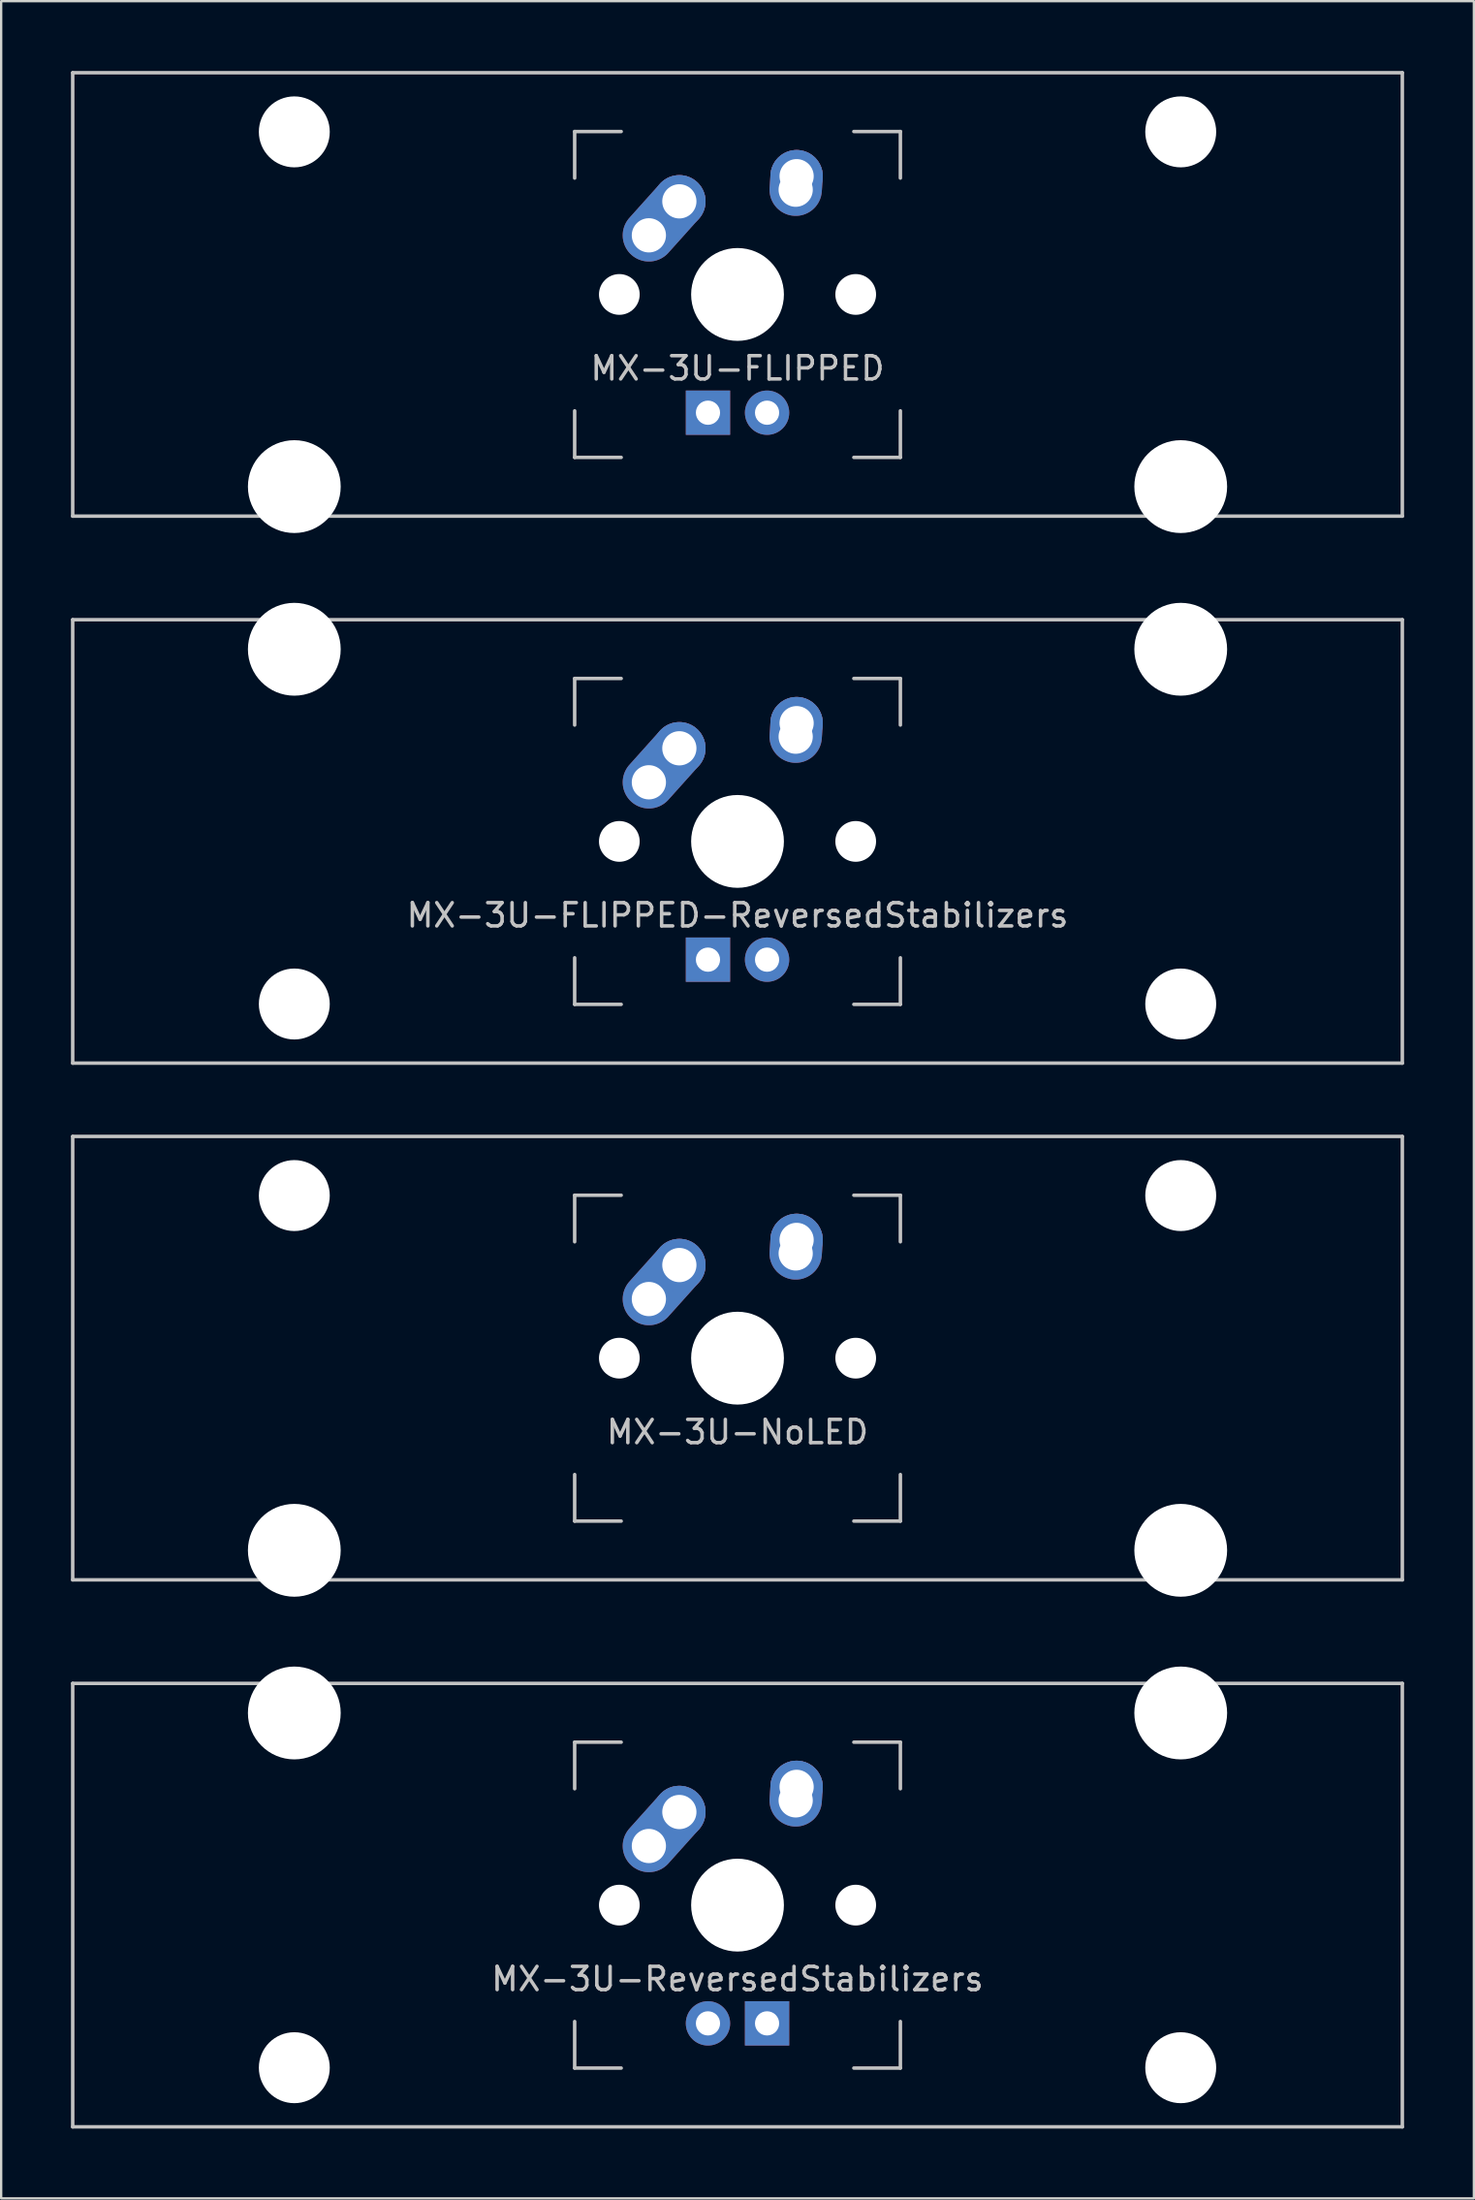
<source format=kicad_pcb>
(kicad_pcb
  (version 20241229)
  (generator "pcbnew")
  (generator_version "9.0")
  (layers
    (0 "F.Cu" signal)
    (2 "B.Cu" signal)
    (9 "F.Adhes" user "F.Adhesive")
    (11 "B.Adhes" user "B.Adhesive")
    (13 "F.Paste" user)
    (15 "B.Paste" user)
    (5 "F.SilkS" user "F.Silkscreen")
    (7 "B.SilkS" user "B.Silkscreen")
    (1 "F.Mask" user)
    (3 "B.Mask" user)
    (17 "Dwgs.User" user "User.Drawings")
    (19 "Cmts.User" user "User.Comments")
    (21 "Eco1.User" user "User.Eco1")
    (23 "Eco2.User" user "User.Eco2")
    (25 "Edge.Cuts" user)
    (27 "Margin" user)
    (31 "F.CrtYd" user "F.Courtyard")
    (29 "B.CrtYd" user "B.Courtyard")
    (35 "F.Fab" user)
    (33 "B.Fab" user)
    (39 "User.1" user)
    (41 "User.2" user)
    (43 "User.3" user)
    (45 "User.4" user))
  (footprint "MX-3U-FLIPPED-ReversedStabilizers"
    (layer "F.Cu")
    (at 28.65 33.098)
    (property "Reference" "MX-3U-FLIPPED-ReversedStabilizers" (at 0 3.175 0) (layer "Dwgs.User") (effects (font (size 1 1) (thickness 0.15))))
    (attr through_hole)
    (fp_line (start -28.575 -9.525) (end 28.575 -9.525) (stroke (width 0.15) (type solid)) (layer "Dwgs.User"))
    (fp_line (start -28.575 9.525) (end -28.575 -9.525) (stroke (width 0.15) (type solid)) (layer "Dwgs.User"))
    (fp_line (start -28.575 9.525) (end 28.575 9.525) (stroke (width 0.15) (type solid)) (layer "Dwgs.User"))
    (fp_line (start -7 -7) (end -7 -5) (stroke (width 0.15) (type solid)) (layer "Dwgs.User"))
    (fp_line (start -7 5) (end -7 7) (stroke (width 0.15) (type solid)) (layer "Dwgs.User"))
    (fp_line (start -7 7) (end -5 7) (stroke (width 0.15) (type solid)) (layer "Dwgs.User"))
    (fp_line (start -5 -7) (end -7 -7) (stroke (width 0.15) (type solid)) (layer "Dwgs.User"))
    (fp_line (start 5 -7) (end 7 -7) (stroke (width 0.15) (type solid)) (layer "Dwgs.User"))
    (fp_line (start 5 7) (end 7 7) (stroke (width 0.15) (type solid)) (layer "Dwgs.User"))
    (fp_line (start 7 -7) (end 7 -5) (stroke (width 0.15) (type solid)) (layer "Dwgs.User"))
    (fp_line (start 7 7) (end 7 5) (stroke (width 0.15) (type solid)) (layer "Dwgs.User"))
    (fp_line (start 28.575 -9.525) (end 28.575 9.525) (stroke (width 0.15) (type solid)) (layer "Dwgs.User"))
    (pad "" np_thru_hole circle (at -19.05 -8.255) (size 3.988 3.988) (drill 3.988) (layers "*.Cu" "*.Mask"))
    (pad "" np_thru_hole circle (at -19.05 6.985) (size 3.048 3.048) (drill 3.048) (layers "*.Cu" "*.Mask"))
    (pad "" np_thru_hole circle (at -5.08 0 48.1) (size 1.75 1.75) (drill 1.75) (layers "*.Cu" "*.Mask"))
    (pad "" np_thru_hole circle (at 0 0) (size 3.988 3.988) (drill 3.988) (layers "*.Cu" "*.Mask"))
    (pad "" np_thru_hole circle (at 5.08 0 48.1) (size 1.75 1.75) (drill 1.75) (layers "*.Cu" "*.Mask"))
    (pad "" np_thru_hole circle (at 19.05 -8.255) (size 3.988 3.988) (drill 3.988) (layers "*.Cu" "*.Mask"))
    (pad "" np_thru_hole circle (at 19.05 6.985) (size 3.048 3.048) (drill 3.048) (layers "*.Cu" "*.Mask"))
    (pad "1" thru_hole oval (at -3.81 -2.54 48.1) (size 4.212 2.25) (drill 1.47 (offset 0.981 0)) (layers "*.Cu" "B.Mask"))
    (pad "1" thru_hole circle (at -2.5 -4) (size 2.25 2.25) (drill 1.47) (layers "*.Cu" "B.Mask"))
    (pad "2" thru_hole oval (at 2.5 -4.5 86.055) (size 2.831 2.25) (drill 1.47 (offset 0.291 0)) (layers "*.Cu" "B.Mask"))
    (pad "2" thru_hole circle (at 2.54 -5.08) (size 2.25 2.25) (drill 1.47) (layers "*.Cu" "B.Mask"))
    (pad "3" thru_hole circle (at 1.27 5.08) (size 1.905 1.905) (drill 1.04) (layers "*.Cu" "B.Mask"))
    (pad "4" thru_hole rect (at -1.27 5.08) (size 1.905 1.905) (drill 1.04) (layers "*.Cu" "B.Mask")))
  (footprint "MX-3U-NoLED"
    (layer "F.Cu")
    (at 28.65 55.298)
    (property "Reference" "MX-3U-NoLED" (at 0 3.175 0) (layer "Dwgs.User") (effects (font (size 1 1) (thickness 0.15))))
    (attr through_hole)
    (fp_line (start -28.575 -9.525) (end 28.575 -9.525) (stroke (width 0.15) (type solid)) (layer "Dwgs.User"))
    (fp_line (start -28.575 9.525) (end -28.575 -9.525) (stroke (width 0.15) (type solid)) (layer "Dwgs.User"))
    (fp_line (start -28.575 9.525) (end 28.575 9.525) (stroke (width 0.15) (type solid)) (layer "Dwgs.User"))
    (fp_line (start -7 -7) (end -7 -5) (stroke (width 0.15) (type solid)) (layer "Dwgs.User"))
    (fp_line (start -7 5) (end -7 7) (stroke (width 0.15) (type solid)) (layer "Dwgs.User"))
    (fp_line (start -7 7) (end -5 7) (stroke (width 0.15) (type solid)) (layer "Dwgs.User"))
    (fp_line (start -5 -7) (end -7 -7) (stroke (width 0.15) (type solid)) (layer "Dwgs.User"))
    (fp_line (start 5 -7) (end 7 -7) (stroke (width 0.15) (type solid)) (layer "Dwgs.User"))
    (fp_line (start 5 7) (end 7 7) (stroke (width 0.15) (type solid)) (layer "Dwgs.User"))
    (fp_line (start 7 -7) (end 7 -5) (stroke (width 0.15) (type solid)) (layer "Dwgs.User"))
    (fp_line (start 7 7) (end 7 5) (stroke (width 0.15) (type solid)) (layer "Dwgs.User"))
    (fp_line (start 28.575 -9.525) (end 28.575 9.525) (stroke (width 0.15) (type solid)) (layer "Dwgs.User"))
    (pad "" np_thru_hole circle (at -19.05 -6.985) (size 3.048 3.048) (drill 3.048) (layers "*.Cu" "*.Mask"))
    (pad "" np_thru_hole circle (at -19.05 8.255) (size 3.988 3.988) (drill 3.988) (layers "*.Cu" "*.Mask"))
    (pad "" np_thru_hole circle (at -5.08 0 48.1) (size 1.75 1.75) (drill 1.75) (layers "*.Cu" "*.Mask"))
    (pad "" np_thru_hole circle (at 0 0) (size 3.988 3.988) (drill 3.988) (layers "*.Cu" "*.Mask"))
    (pad "" np_thru_hole circle (at 5.08 0 48.1) (size 1.75 1.75) (drill 1.75) (layers "*.Cu" "*.Mask"))
    (pad "" np_thru_hole circle (at 19.05 -6.985) (size 3.048 3.048) (drill 3.048) (layers "*.Cu" "*.Mask"))
    (pad "" np_thru_hole circle (at 19.05 8.255) (size 3.988 3.988) (drill 3.988) (layers "*.Cu" "*.Mask"))
    (pad "1" thru_hole oval (at -3.81 -2.54 48.1) (size 4.212 2.25) (drill 1.47 (offset 0.981 0)) (layers "*.Cu" "B.Mask"))
    (pad "1" thru_hole circle (at -2.5 -4) (size 2.25 2.25) (drill 1.47) (layers "*.Cu" "B.Mask"))
    (pad "2" thru_hole oval (at 2.5 -4.5 86.055) (size 2.831 2.25) (drill 1.47 (offset 0.291 0)) (layers "*.Cu" "B.Mask"))
    (pad "2" thru_hole circle (at 2.54 -5.08) (size 2.25 2.25) (drill 1.47) (layers "*.Cu" "B.Mask")))
  (footprint "MX-3U-FLIPPED"
    (layer "F.Cu")
    (at 28.65 9.6)
    (property "Reference" "MX-3U-FLIPPED" (at 0 3.175 0) (layer "Dwgs.User") (effects (font (size 1 1) (thickness 0.15))))
    (attr through_hole)
    (fp_line (start -28.575 -9.525) (end 28.575 -9.525) (stroke (width 0.15) (type solid)) (layer "Dwgs.User"))
    (fp_line (start -28.575 9.525) (end -28.575 -9.525) (stroke (width 0.15) (type solid)) (layer "Dwgs.User"))
    (fp_line (start -28.575 9.525) (end 28.575 9.525) (stroke (width 0.15) (type solid)) (layer "Dwgs.User"))
    (fp_line (start -7 -7) (end -7 -5) (stroke (width 0.15) (type solid)) (layer "Dwgs.User"))
    (fp_line (start -7 5) (end -7 7) (stroke (width 0.15) (type solid)) (layer "Dwgs.User"))
    (fp_line (start -7 7) (end -5 7) (stroke (width 0.15) (type solid)) (layer "Dwgs.User"))
    (fp_line (start -5 -7) (end -7 -7) (stroke (width 0.15) (type solid)) (layer "Dwgs.User"))
    (fp_line (start 5 -7) (end 7 -7) (stroke (width 0.15) (type solid)) (layer "Dwgs.User"))
    (fp_line (start 5 7) (end 7 7) (stroke (width 0.15) (type solid)) (layer "Dwgs.User"))
    (fp_line (start 7 -7) (end 7 -5) (stroke (width 0.15) (type solid)) (layer "Dwgs.User"))
    (fp_line (start 7 7) (end 7 5) (stroke (width 0.15) (type solid)) (layer "Dwgs.User"))
    (fp_line (start 28.575 -9.525) (end 28.575 9.525) (stroke (width 0.15) (type solid)) (layer "Dwgs.User"))
    (pad "" np_thru_hole circle (at -19.05 -6.985) (size 3.048 3.048) (drill 3.048) (layers "*.Cu" "*.Mask"))
    (pad "" np_thru_hole circle (at -19.05 8.255) (size 3.988 3.988) (drill 3.988) (layers "*.Cu" "*.Mask"))
    (pad "" np_thru_hole circle (at -5.08 0 48.1) (size 1.75 1.75) (drill 1.75) (layers "*.Cu" "*.Mask"))
    (pad "" np_thru_hole circle (at 0 0) (size 3.988 3.988) (drill 3.988) (layers "*.Cu" "*.Mask"))
    (pad "" np_thru_hole circle (at 5.08 0 48.1) (size 1.75 1.75) (drill 1.75) (layers "*.Cu" "*.Mask"))
    (pad "" np_thru_hole circle (at 19.05 -6.985) (size 3.048 3.048) (drill 3.048) (layers "*.Cu" "*.Mask"))
    (pad "" np_thru_hole circle (at 19.05 8.255) (size 3.988 3.988) (drill 3.988) (layers "*.Cu" "*.Mask"))
    (pad "1" thru_hole oval (at -3.81 -2.54 48.1) (size 4.212 2.25) (drill 1.47 (offset 0.981 0)) (layers "*.Cu" "B.Mask"))
    (pad "1" thru_hole circle (at -2.5 -4) (size 2.25 2.25) (drill 1.47) (layers "*.Cu" "B.Mask"))
    (pad "2" thru_hole oval (at 2.5 -4.5 86.055) (size 2.831 2.25) (drill 1.47 (offset 0.291 0)) (layers "*.Cu" "B.Mask"))
    (pad "2" thru_hole circle (at 2.54 -5.08) (size 2.25 2.25) (drill 1.47) (layers "*.Cu" "B.Mask"))
    (pad "3" thru_hole circle (at 1.27 5.08) (size 1.905 1.905) (drill 1.04) (layers "*.Cu" "B.Mask"))
    (pad "4" thru_hole rect (at -1.27 5.08) (size 1.905 1.905) (drill 1.04) (layers "*.Cu" "B.Mask")))
  (footprint "MX-3U-ReversedStabilizers"
    (layer "F.Cu")
    (at 28.65 78.796)
    (property "Reference" "MX-3U-ReversedStabilizers" (at 0 3.175 0) (layer "Dwgs.User") (effects (font (size 1 1) (thickness 0.15))))
    (attr through_hole)
    (fp_line (start -28.575 -9.525) (end 28.575 -9.525) (stroke (width 0.15) (type solid)) (layer "Dwgs.User"))
    (fp_line (start -28.575 9.525) (end -28.575 -9.525) (stroke (width 0.15) (type solid)) (layer "Dwgs.User"))
    (fp_line (start -28.575 9.525) (end 28.575 9.525) (stroke (width 0.15) (type solid)) (layer "Dwgs.User"))
    (fp_line (start -7 -7) (end -7 -5) (stroke (width 0.15) (type solid)) (layer "Dwgs.User"))
    (fp_line (start -7 5) (end -7 7) (stroke (width 0.15) (type solid)) (layer "Dwgs.User"))
    (fp_line (start -7 7) (end -5 7) (stroke (width 0.15) (type solid)) (layer "Dwgs.User"))
    (fp_line (start -5 -7) (end -7 -7) (stroke (width 0.15) (type solid)) (layer "Dwgs.User"))
    (fp_line (start 5 -7) (end 7 -7) (stroke (width 0.15) (type solid)) (layer "Dwgs.User"))
    (fp_line (start 5 7) (end 7 7) (stroke (width 0.15) (type solid)) (layer "Dwgs.User"))
    (fp_line (start 7 -7) (end 7 -5) (stroke (width 0.15) (type solid)) (layer "Dwgs.User"))
    (fp_line (start 7 7) (end 7 5) (stroke (width 0.15) (type solid)) (layer "Dwgs.User"))
    (fp_line (start 28.575 -9.525) (end 28.575 9.525) (stroke (width 0.15) (type solid)) (layer "Dwgs.User"))
    (pad "" np_thru_hole circle (at -19.05 -8.255) (size 3.988 3.988) (drill 3.988) (layers "*.Cu" "*.Mask"))
    (pad "" np_thru_hole circle (at -19.05 6.985) (size 3.048 3.048) (drill 3.048) (layers "*.Cu" "*.Mask"))
    (pad "" np_thru_hole circle (at -5.08 0 48.1) (size 1.75 1.75) (drill 1.75) (layers "*.Cu" "*.Mask"))
    (pad "" np_thru_hole circle (at 0 0) (size 3.988 3.988) (drill 3.988) (layers "*.Cu" "*.Mask"))
    (pad "" np_thru_hole circle (at 5.08 0 48.1) (size 1.75 1.75) (drill 1.75) (layers "*.Cu" "*.Mask"))
    (pad "" np_thru_hole circle (at 19.05 -8.255) (size 3.988 3.988) (drill 3.988) (layers "*.Cu" "*.Mask"))
    (pad "" np_thru_hole circle (at 19.05 6.985) (size 3.048 3.048) (drill 3.048) (layers "*.Cu" "*.Mask"))
    (pad "1" thru_hole oval (at -3.81 -2.54 48.1) (size 4.212 2.25) (drill 1.47 (offset 0.981 0)) (layers "*.Cu" "B.Mask"))
    (pad "1" thru_hole circle (at -2.5 -4) (size 2.25 2.25) (drill 1.47) (layers "*.Cu" "B.Mask"))
    (pad "2" thru_hole oval (at 2.5 -4.5 86.055) (size 2.831 2.25) (drill 1.47 (offset 0.291 0)) (layers "*.Cu" "B.Mask"))
    (pad "2" thru_hole circle (at 2.54 -5.08) (size 2.25 2.25) (drill 1.47) (layers "*.Cu" "B.Mask"))
    (pad "3" thru_hole circle (at -1.27 5.08) (size 1.905 1.905) (drill 1.04) (layers "*.Cu" "B.Mask"))
    (pad "4" thru_hole rect (at 1.27 5.08) (size 1.905 1.905) (drill 1.04) (layers "*.Cu" "B.Mask")))
  (gr_rect
    (start -3 -3)
    (end 60.3 91.396)
    (stroke (width 0.1) (type default))
    (fill no)
    (layer "Edge.Cuts")))
</source>
